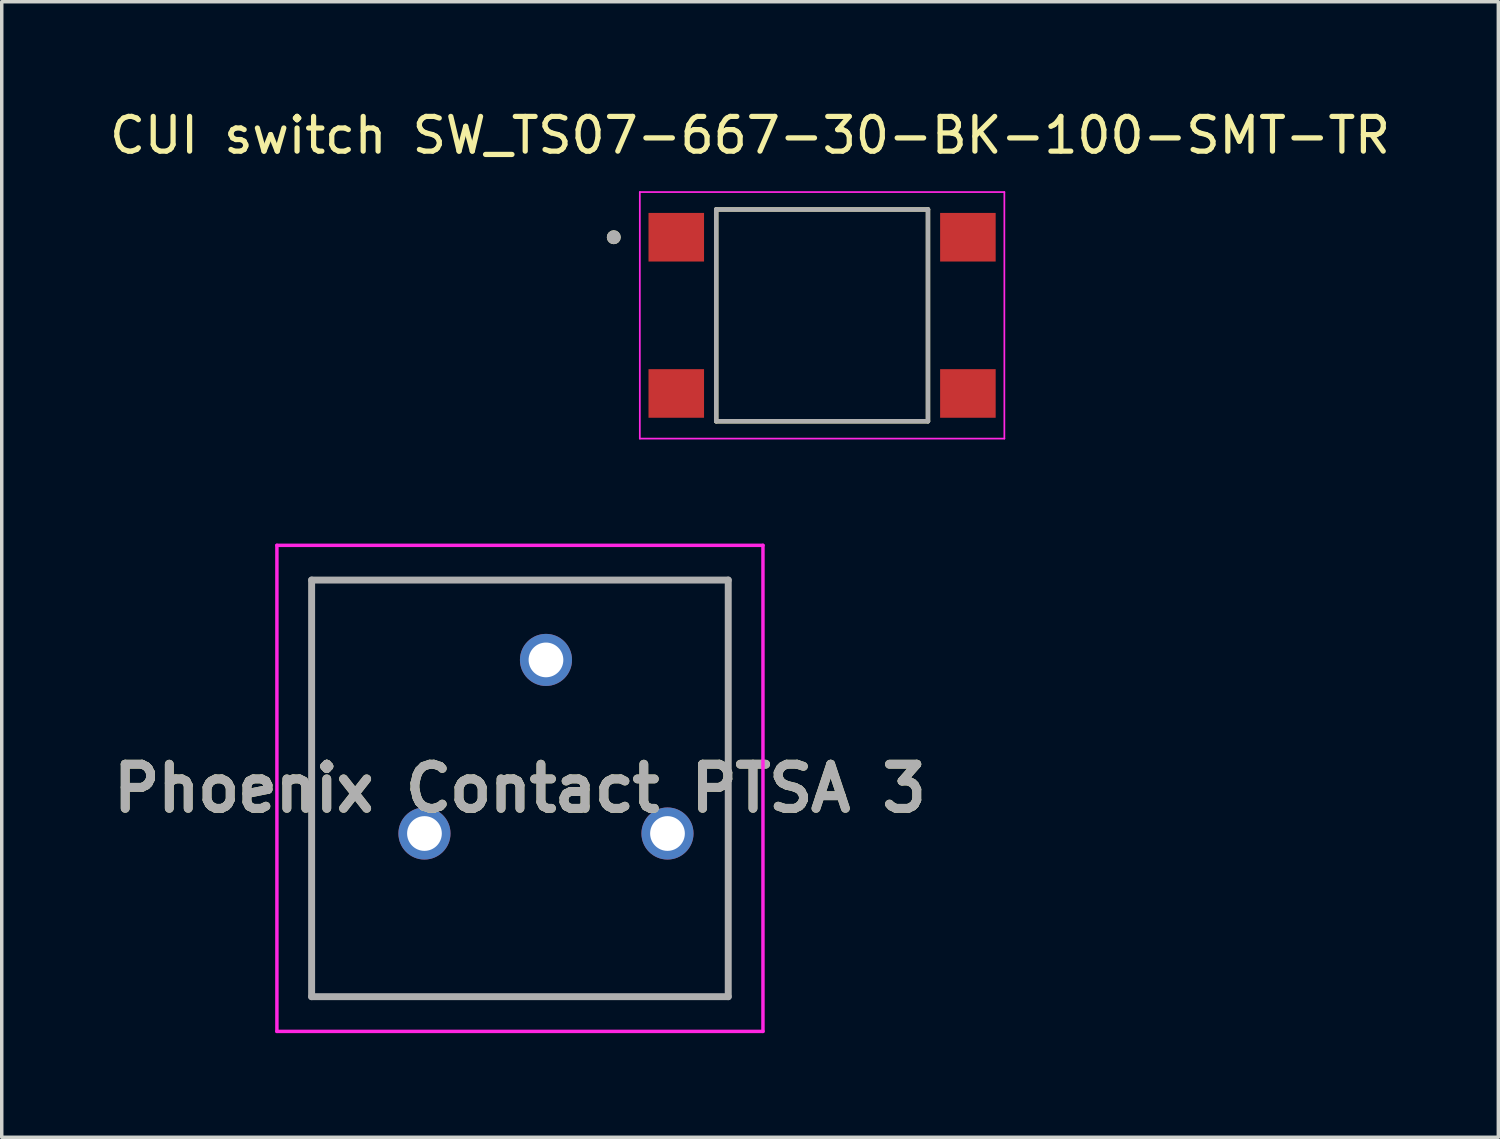
<source format=kicad_pcb>
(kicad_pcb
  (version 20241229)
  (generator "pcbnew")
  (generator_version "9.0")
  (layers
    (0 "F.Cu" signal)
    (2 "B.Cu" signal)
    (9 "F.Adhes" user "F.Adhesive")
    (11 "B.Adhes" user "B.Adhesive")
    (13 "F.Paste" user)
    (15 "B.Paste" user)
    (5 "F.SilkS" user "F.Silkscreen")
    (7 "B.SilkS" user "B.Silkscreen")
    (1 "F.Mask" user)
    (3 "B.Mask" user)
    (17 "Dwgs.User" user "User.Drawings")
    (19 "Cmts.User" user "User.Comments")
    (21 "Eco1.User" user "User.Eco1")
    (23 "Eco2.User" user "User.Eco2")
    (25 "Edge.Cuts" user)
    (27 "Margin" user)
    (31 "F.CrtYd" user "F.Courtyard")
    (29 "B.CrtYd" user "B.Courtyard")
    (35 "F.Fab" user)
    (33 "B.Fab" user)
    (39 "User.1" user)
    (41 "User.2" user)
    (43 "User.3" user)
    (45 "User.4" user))
  (footprint "CUI switch SW_TS07-667-30-BK-100-SMT-TR"
    (layer "F.Cu")
    (at 20.629 6.033)
    (property "Reference" "CUI switch SW_TS07-667-30-BK-100-SMT-TR" (at -2.075 -5.185 0) (layer "F.SilkS") (effects (font (size 1 1) (thickness 0.15))))
    (attr smd)
    (fp_line (start -3.05 -3.05) (end -3.05 3.05) (stroke (width 0.127) (type solid)) (layer "F.SilkS"))
    (fp_line (start -3.05 3.05) (end 3.05 3.05) (stroke (width 0.127) (type solid)) (layer "F.SilkS"))
    (fp_line (start 3.05 -3.05) (end -3.05 -3.05) (stroke (width 0.127) (type solid)) (layer "F.SilkS"))
    (fp_line (start 3.05 3.05) (end 3.05 -3.05) (stroke (width 0.127) (type solid)) (layer "F.SilkS"))
    (fp_circle (center -6 -2.25) (end -5.9 -2.25) (stroke (width 0.2) (type solid)) (fill no) (layer "F.SilkS"))
    (fp_line (start -5.25 -3.55) (end -5.25 3.55) (stroke (width 0.05) (type solid)) (layer "F.CrtYd"))
    (fp_line (start -5.25 3.55) (end 5.25 3.55) (stroke (width 0.05) (type solid)) (layer "F.CrtYd"))
    (fp_line (start 5.25 -3.55) (end -5.25 -3.55) (stroke (width 0.05) (type solid)) (layer "F.CrtYd"))
    (fp_line (start 5.25 3.55) (end 5.25 -3.55) (stroke (width 0.05) (type solid)) (layer "F.CrtYd"))
    (fp_line (start -3.05 -3.05) (end -3.05 3.05) (stroke (width 0.127) (type solid)) (layer "F.Fab"))
    (fp_line (start -3.05 3.05) (end 3.05 3.05) (stroke (width 0.127) (type solid)) (layer "F.Fab"))
    (fp_line (start 3.05 -3.05) (end -3.05 -3.05) (stroke (width 0.127) (type solid)) (layer "F.Fab"))
    (fp_line (start 3.05 3.05) (end 3.05 -3.05) (stroke (width 0.127) (type solid)) (layer "F.Fab"))
    (fp_circle (center -6 -2.25) (end -5.9 -2.25) (stroke (width 0.2) (type solid)) (fill no) (layer "F.Fab"))
    (pad "1" smd rect (at -4.2 -2.25) (size 1.6 1.4) (layers "F.Cu" "F.Mask" "F.Paste"))
    (pad "2" smd rect (at -4.2 2.25) (size 1.6 1.4) (layers "F.Cu" "F.Mask" "F.Paste"))
    (pad "3" smd rect (at 4.2 -2.25) (size 1.6 1.4) (layers "F.Cu" "F.Mask" "F.Paste"))
    (pad "4" smd rect (at 4.2 2.25) (size 1.6 1.4) (layers "F.Cu" "F.Mask" "F.Paste")))
  (footprint "Phoenix Contact PTSA 3"
    (layer "F.Cu")
    (at 11.926 19.658)
    (property "Reference" "Phoenix Contact PTSA 3" (at 0 0 0) (layer "F.SilkS") (effects (font (size 1.27 1.27) (thickness 0.254))))
    (attr through_hole)
    (fp_line (start -6 -6) (end 6 -6) (stroke (width 0.1) (type solid)) (layer "F.SilkS"))
    (fp_line (start -6 5) (end -6 -6) (stroke (width 0.1) (type solid)) (layer "F.SilkS"))
    (fp_line (start 6 -6) (end 6 5) (stroke (width 0.1) (type solid)) (layer "F.SilkS"))
    (fp_line (start -7 -7) (end 7 -7) (stroke (width 0.1) (type solid)) (layer "F.CrtYd"))
    (fp_line (start -7 7) (end -7 -7) (stroke (width 0.1) (type solid)) (layer "F.CrtYd"))
    (fp_line (start 7 -7) (end 7 7) (stroke (width 0.1) (type solid)) (layer "F.CrtYd"))
    (fp_line (start 7 7) (end -7 7) (stroke (width 0.1) (type solid)) (layer "F.CrtYd"))
    (fp_line (start -6 -6) (end 6 -6) (stroke (width 0.2) (type solid)) (layer "F.Fab"))
    (fp_line (start -6 6) (end -6 -6) (stroke (width 0.2) (type solid)) (layer "F.Fab"))
    (fp_line (start 6 -6) (end 6 6) (stroke (width 0.2) (type solid)) (layer "F.Fab"))
    (fp_line (start 6 6) (end -6 6) (stroke (width 0.2) (type solid)) (layer "F.Fab"))
    (fp_text user "${REFERENCE}" (at 0 0 0) (layer "F.Fab") (effects (font (size 1.27 1.27) (thickness 0.254))))
    (pad "1" thru_hole circle (at -2.75 1.3) (size 1.5 1.5) (drill 1) (layers "*.Cu" "*.Mask"))
    (pad "2" thru_hole circle (at 0.75 -3.7) (size 1.5 1.5) (drill 1) (layers "*.Cu" "*.Mask"))
    (pad "3" thru_hole circle (at 4.25 1.3) (size 1.5 1.5) (drill 1) (layers "*.Cu" "*.Mask")))
  (gr_rect
    (start -3 -3)
    (end 40.107 29.708)
    (stroke (width 0.1) (type default))
    (fill no)
    (layer "Edge.Cuts")))
</source>
